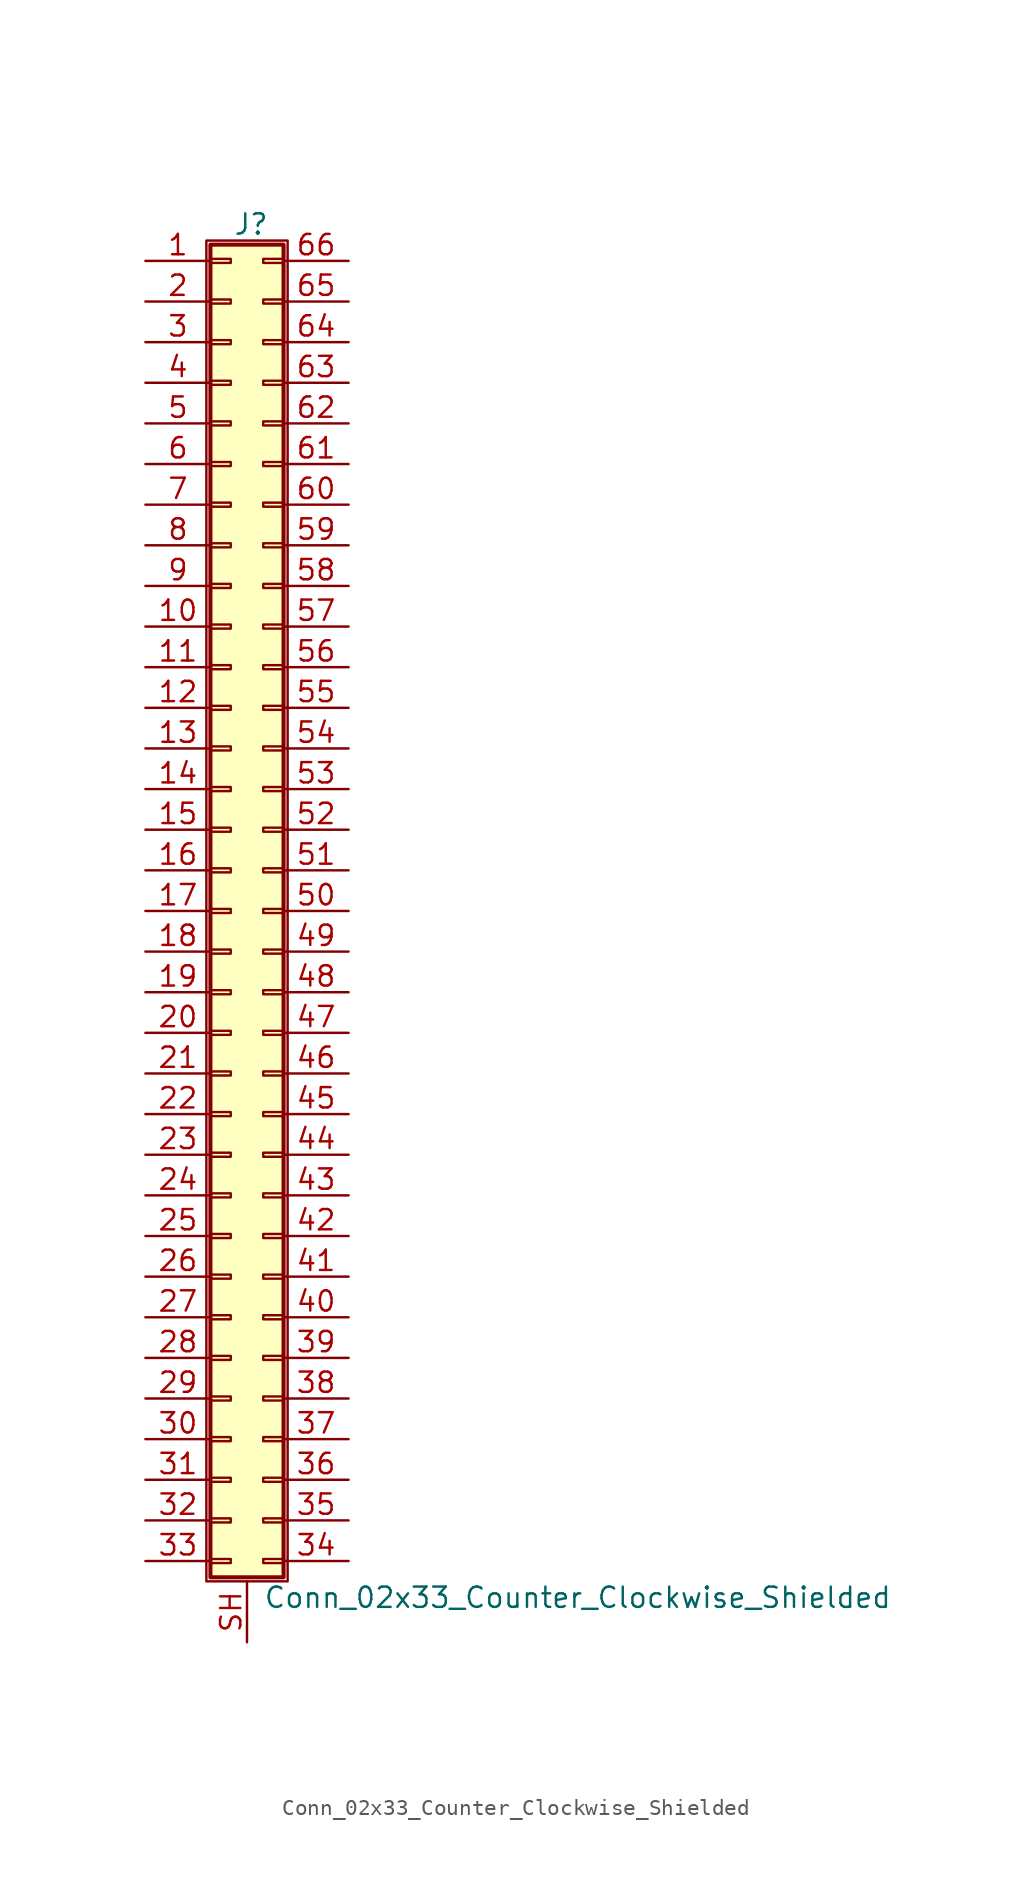
<source format=kicad_sym>
(kicad_symbol_lib
  (version 20201005)
  (generator kicad_symbol_editor)
  (symbol "Conn_02x33_Counter_Clockwise_Shielded"
    (pin_names
      (offset 1.016) hide)
    (property "Reference" "J"
      (at 1.524 42.926 0)
      (effects (font (size 1.27 1.27))))
    (property "Value" "Conn_02x33_Counter_Clockwise_Shielded"
      (at 2.286 -42.926 0)
      (effects (font (size 1.27 1.27)) (justify left)))
    (symbol "Conn_02x33_Counter_Clockwise_Shielded_1_1"
      (rectangle (start -1.27 41.91) (end 3.81 -41.91) (stroke (width 0.152)) (fill (type none)))
      (rectangle (start -1.016 -40.513) (end 0.254 -40.767) (stroke (width 0.152)) (fill (type none)))
      (rectangle (start -1.016 -37.973) (end 0.254 -38.227) (stroke (width 0.152)) (fill (type none)))
      (rectangle (start -1.016 -35.433) (end 0.254 -35.687) (stroke (width 0.152)) (fill (type none)))
      (rectangle (start -1.016 -32.893) (end 0.254 -33.147) (stroke (width 0.152)) (fill (type none)))
      (rectangle (start -1.016 -30.353) (end 0.254 -30.607) (stroke (width 0.152)) (fill (type none)))
      (rectangle (start -1.016 -27.813) (end 0.254 -28.067) (stroke (width 0.152)) (fill (type none)))
      (rectangle (start -1.016 -25.273) (end 0.254 -25.527) (stroke (width 0.152)) (fill (type none)))
      (rectangle (start -1.016 -22.733) (end 0.254 -22.987) (stroke (width 0.152)) (fill (type none)))
      (rectangle (start -1.016 -20.193) (end 0.254 -20.447) (stroke (width 0.152)) (fill (type none)))
      (rectangle (start -1.016 -17.653) (end 0.254 -17.907) (stroke (width 0.152)) (fill (type none)))
      (rectangle (start -1.016 -15.113) (end 0.254 -15.367) (stroke (width 0.152)) (fill (type none)))
      (rectangle (start -1.016 -12.573) (end 0.254 -12.827) (stroke (width 0.152)) (fill (type none)))
      (rectangle (start -1.016 -10.033) (end 0.254 -10.287) (stroke (width 0.152)) (fill (type none)))
      (rectangle (start -1.016 -7.493) (end 0.254 -7.747) (stroke (width 0.152)) (fill (type none)))
      (rectangle (start -1.016 -4.953) (end 0.254 -5.207) (stroke (width 0.152)) (fill (type none)))
      (rectangle (start -1.016 -2.413) (end 0.254 -2.667) (stroke (width 0.152)) (fill (type none)))
      (rectangle (start -1.016 0.127) (end 0.254 -0.127) (stroke (width 0.152)) (fill (type none)))
      (rectangle (start -1.016 2.667) (end 0.254 2.413) (stroke (width 0.152)) (fill (type none)))
      (rectangle (start -1.016 5.207) (end 0.254 4.953) (stroke (width 0.152)) (fill (type none)))
      (rectangle (start -1.016 7.747) (end 0.254 7.493) (stroke (width 0.152)) (fill (type none)))
      (rectangle (start -1.016 10.287) (end 0.254 10.033) (stroke (width 0.152)) (fill (type none)))
      (rectangle (start -1.016 12.827) (end 0.254 12.573) (stroke (width 0.152)) (fill (type none)))
      (rectangle (start -1.016 15.367) (end 0.254 15.113) (stroke (width 0.152)) (fill (type none)))
      (rectangle (start -1.016 17.907) (end 0.254 17.653) (stroke (width 0.152)) (fill (type none)))
      (rectangle (start -1.016 20.447) (end 0.254 20.193) (stroke (width 0.152)) (fill (type none)))
      (rectangle (start -1.016 22.987) (end 0.254 22.733) (stroke (width 0.152)) (fill (type none)))
      (rectangle (start -1.016 25.527) (end 0.254 25.273) (stroke (width 0.152)) (fill (type none)))
      (rectangle (start -1.016 28.067) (end 0.254 27.813) (stroke (width 0.152)) (fill (type none)))
      (rectangle (start -1.016 30.607) (end 0.254 30.353) (stroke (width 0.152)) (fill (type none)))
      (rectangle (start -1.016 33.147) (end 0.254 32.893) (stroke (width 0.152)) (fill (type none)))
      (rectangle (start -1.016 35.687) (end 0.254 35.433) (stroke (width 0.152)) (fill (type none)))
      (rectangle (start -1.016 38.227) (end 0.254 37.973) (stroke (width 0.152)) (fill (type none)))
      (rectangle (start -1.016 40.767) (end 0.254 40.513) (stroke (width 0.152)) (fill (type none)))
      (rectangle (start -1.016 41.656) (end 3.556 -41.656) (stroke (width 0.254)) (fill (type background)))
      (rectangle (start 3.556 -40.513) (end 2.286 -40.767) (stroke (width 0.152)) (fill (type none)))
      (rectangle (start 3.556 -37.973) (end 2.286 -38.227) (stroke (width 0.152)) (fill (type none)))
      (rectangle (start 3.556 -35.433) (end 2.286 -35.687) (stroke (width 0.152)) (fill (type none)))
      (rectangle (start 3.556 -32.893) (end 2.286 -33.147) (stroke (width 0.152)) (fill (type none)))
      (rectangle (start 3.556 -30.353) (end 2.286 -30.607) (stroke (width 0.152)) (fill (type none)))
      (rectangle (start 3.556 -27.813) (end 2.286 -28.067) (stroke (width 0.152)) (fill (type none)))
      (rectangle (start 3.556 -25.273) (end 2.286 -25.527) (stroke (width 0.152)) (fill (type none)))
      (rectangle (start 3.556 -22.733) (end 2.286 -22.987) (stroke (width 0.152)) (fill (type none)))
      (rectangle (start 3.556 -20.193) (end 2.286 -20.447) (stroke (width 0.152)) (fill (type none)))
      (rectangle (start 3.556 -17.653) (end 2.286 -17.907) (stroke (width 0.152)) (fill (type none)))
      (rectangle (start 3.556 -15.113) (end 2.286 -15.367) (stroke (width 0.152)) (fill (type none)))
      (rectangle (start 3.556 -12.573) (end 2.286 -12.827) (stroke (width 0.152)) (fill (type none)))
      (rectangle (start 3.556 -10.033) (end 2.286 -10.287) (stroke (width 0.152)) (fill (type none)))
      (rectangle (start 3.556 -7.493) (end 2.286 -7.747) (stroke (width 0.152)) (fill (type none)))
      (rectangle (start 3.556 -4.953) (end 2.286 -5.207) (stroke (width 0.152)) (fill (type none)))
      (rectangle (start 3.556 -2.413) (end 2.286 -2.667) (stroke (width 0.152)) (fill (type none)))
      (rectangle (start 3.556 0.127) (end 2.286 -0.127) (stroke (width 0.152)) (fill (type none)))
      (rectangle (start 3.556 2.667) (end 2.286 2.413) (stroke (width 0.152)) (fill (type none)))
      (rectangle (start 3.556 5.207) (end 2.286 4.953) (stroke (width 0.152)) (fill (type none)))
      (rectangle (start 3.556 7.747) (end 2.286 7.493) (stroke (width 0.152)) (fill (type none)))
      (rectangle (start 3.556 10.287) (end 2.286 10.033) (stroke (width 0.152)) (fill (type none)))
      (rectangle (start 3.556 12.827) (end 2.286 12.573) (stroke (width 0.152)) (fill (type none)))
      (rectangle (start 3.556 15.367) (end 2.286 15.113) (stroke (width 0.152)) (fill (type none)))
      (rectangle (start 3.556 17.907) (end 2.286 17.653) (stroke (width 0.152)) (fill (type none)))
      (rectangle (start 3.556 20.447) (end 2.286 20.193) (stroke (width 0.152)) (fill (type none)))
      (rectangle (start 3.556 22.987) (end 2.286 22.733) (stroke (width 0.152)) (fill (type none)))
      (rectangle (start 3.556 25.527) (end 2.286 25.273) (stroke (width 0.152)) (fill (type none)))
      (rectangle (start 3.556 28.067) (end 2.286 27.813) (stroke (width 0.152)) (fill (type none)))
      (rectangle (start 3.556 30.607) (end 2.286 30.353) (stroke (width 0.152)) (fill (type none)))
      (rectangle (start 3.556 33.147) (end 2.286 32.893) (stroke (width 0.152)) (fill (type none)))
      (rectangle (start 3.556 35.687) (end 2.286 35.433) (stroke (width 0.152)) (fill (type none)))
      (rectangle (start 3.556 38.227) (end 2.286 37.973) (stroke (width 0.152)) (fill (type none)))
      (rectangle (start 3.556 40.767) (end 2.286 40.513) (stroke (width 0.152)) (fill (type none)))
      (pin passive line (at -5.08 40.64 0) (length 4.064) (name "Pin_1" (effects (font (size 1.27 1.27)))) (number "1" (effects (font (size 1.27 1.27)))))
      (pin passive line (at -5.08 17.78 0) (length 4.064) (name "Pin_10" (effects (font (size 1.27 1.27)))) (number "10" (effects (font (size 1.27 1.27)))))
      (pin passive line (at -5.08 15.24 0) (length 4.064) (name "Pin_11" (effects (font (size 1.27 1.27)))) (number "11" (effects (font (size 1.27 1.27)))))
      (pin passive line (at -5.08 12.7 0) (length 4.064) (name "Pin_12" (effects (font (size 1.27 1.27)))) (number "12" (effects (font (size 1.27 1.27)))))
      (pin passive line (at -5.08 10.16 0) (length 4.064) (name "Pin_13" (effects (font (size 1.27 1.27)))) (number "13" (effects (font (size 1.27 1.27)))))
      (pin passive line (at -5.08 7.62 0) (length 4.064) (name "Pin_14" (effects (font (size 1.27 1.27)))) (number "14" (effects (font (size 1.27 1.27)))))
      (pin passive line (at -5.08 5.08 0) (length 4.064) (name "Pin_15" (effects (font (size 1.27 1.27)))) (number "15" (effects (font (size 1.27 1.27)))))
      (pin passive line (at -5.08 2.54 0) (length 4.064) (name "Pin_16" (effects (font (size 1.27 1.27)))) (number "16" (effects (font (size 1.27 1.27)))))
      (pin passive line (at -5.08 0 0) (length 4.064) (name "Pin_17" (effects (font (size 1.27 1.27)))) (number "17" (effects (font (size 1.27 1.27)))))
      (pin passive line (at -5.08 -2.54 0) (length 4.064) (name "Pin_18" (effects (font (size 1.27 1.27)))) (number "18" (effects (font (size 1.27 1.27)))))
      (pin passive line (at -5.08 -5.08 0) (length 4.064) (name "Pin_19" (effects (font (size 1.27 1.27)))) (number "19" (effects (font (size 1.27 1.27)))))
      (pin passive line (at -5.08 38.1 0) (length 4.064) (name "Pin_2" (effects (font (size 1.27 1.27)))) (number "2" (effects (font (size 1.27 1.27)))))
      (pin passive line (at -5.08 -7.62 0) (length 4.064) (name "Pin_20" (effects (font (size 1.27 1.27)))) (number "20" (effects (font (size 1.27 1.27)))))
      (pin passive line (at -5.08 -10.16 0) (length 4.064) (name "Pin_21" (effects (font (size 1.27 1.27)))) (number "21" (effects (font (size 1.27 1.27)))))
      (pin passive line (at -5.08 -12.7 0) (length 4.064) (name "Pin_22" (effects (font (size 1.27 1.27)))) (number "22" (effects (font (size 1.27 1.27)))))
      (pin passive line (at -5.08 -15.24 0) (length 4.064) (name "Pin_23" (effects (font (size 1.27 1.27)))) (number "23" (effects (font (size 1.27 1.27)))))
      (pin passive line (at -5.08 -17.78 0) (length 4.064) (name "Pin_24" (effects (font (size 1.27 1.27)))) (number "24" (effects (font (size 1.27 1.27)))))
      (pin passive line (at -5.08 -20.32 0) (length 4.064) (name "Pin_25" (effects (font (size 1.27 1.27)))) (number "25" (effects (font (size 1.27 1.27)))))
      (pin passive line (at -5.08 -22.86 0) (length 4.064) (name "Pin_26" (effects (font (size 1.27 1.27)))) (number "26" (effects (font (size 1.27 1.27)))))
      (pin passive line (at -5.08 -25.4 0) (length 4.064) (name "Pin_27" (effects (font (size 1.27 1.27)))) (number "27" (effects (font (size 1.27 1.27)))))
      (pin passive line (at -5.08 -27.94 0) (length 4.064) (name "Pin_28" (effects (font (size 1.27 1.27)))) (number "28" (effects (font (size 1.27 1.27)))))
      (pin passive line (at -5.08 -30.48 0) (length 4.064) (name "Pin_29" (effects (font (size 1.27 1.27)))) (number "29" (effects (font (size 1.27 1.27)))))
      (pin passive line (at -5.08 35.56 0) (length 4.064) (name "Pin_3" (effects (font (size 1.27 1.27)))) (number "3" (effects (font (size 1.27 1.27)))))
      (pin passive line (at -5.08 -33.02 0) (length 4.064) (name "Pin_30" (effects (font (size 1.27 1.27)))) (number "30" (effects (font (size 1.27 1.27)))))
      (pin passive line (at -5.08 -35.56 0) (length 4.064) (name "Pin_31" (effects (font (size 1.27 1.27)))) (number "31" (effects (font (size 1.27 1.27)))))
      (pin passive line (at -5.08 -38.1 0) (length 4.064) (name "Pin_32" (effects (font (size 1.27 1.27)))) (number "32" (effects (font (size 1.27 1.27)))))
      (pin passive line (at -5.08 -40.64 0) (length 4.064) (name "Pin_33" (effects (font (size 1.27 1.27)))) (number "33" (effects (font (size 1.27 1.27)))))
      (pin passive line (at 7.62 -40.64 180) (length 4.064) (name "Pin_34" (effects (font (size 1.27 1.27)))) (number "34" (effects (font (size 1.27 1.27)))))
      (pin passive line (at 7.62 -38.1 180) (length 4.064) (name "Pin_35" (effects (font (size 1.27 1.27)))) (number "35" (effects (font (size 1.27 1.27)))))
      (pin passive line (at 7.62 -35.56 180) (length 4.064) (name "Pin_36" (effects (font (size 1.27 1.27)))) (number "36" (effects (font (size 1.27 1.27)))))
      (pin passive line (at 7.62 -33.02 180) (length 4.064) (name "Pin_37" (effects (font (size 1.27 1.27)))) (number "37" (effects (font (size 1.27 1.27)))))
      (pin passive line (at 7.62 -30.48 180) (length 4.064) (name "Pin_38" (effects (font (size 1.27 1.27)))) (number "38" (effects (font (size 1.27 1.27)))))
      (pin passive line (at 7.62 -27.94 180) (length 4.064) (name "Pin_39" (effects (font (size 1.27 1.27)))) (number "39" (effects (font (size 1.27 1.27)))))
      (pin passive line (at -5.08 33.02 0) (length 4.064) (name "Pin_4" (effects (font (size 1.27 1.27)))) (number "4" (effects (font (size 1.27 1.27)))))
      (pin passive line (at 7.62 -25.4 180) (length 4.064) (name "Pin_40" (effects (font (size 1.27 1.27)))) (number "40" (effects (font (size 1.27 1.27)))))
      (pin passive line (at 7.62 -22.86 180) (length 4.064) (name "Pin_41" (effects (font (size 1.27 1.27)))) (number "41" (effects (font (size 1.27 1.27)))))
      (pin passive line (at 7.62 -20.32 180) (length 4.064) (name "Pin_42" (effects (font (size 1.27 1.27)))) (number "42" (effects (font (size 1.27 1.27)))))
      (pin passive line (at 7.62 -17.78 180) (length 4.064) (name "Pin_43" (effects (font (size 1.27 1.27)))) (number "43" (effects (font (size 1.27 1.27)))))
      (pin passive line (at 7.62 -15.24 180) (length 4.064) (name "Pin_44" (effects (font (size 1.27 1.27)))) (number "44" (effects (font (size 1.27 1.27)))))
      (pin passive line (at 7.62 -12.7 180) (length 4.064) (name "Pin_45" (effects (font (size 1.27 1.27)))) (number "45" (effects (font (size 1.27 1.27)))))
      (pin passive line (at 7.62 -10.16 180) (length 4.064) (name "Pin_46" (effects (font (size 1.27 1.27)))) (number "46" (effects (font (size 1.27 1.27)))))
      (pin passive line (at 7.62 -7.62 180) (length 4.064) (name "Pin_47" (effects (font (size 1.27 1.27)))) (number "47" (effects (font (size 1.27 1.27)))))
      (pin passive line (at 7.62 -5.08 180) (length 4.064) (name "Pin_48" (effects (font (size 1.27 1.27)))) (number "48" (effects (font (size 1.27 1.27)))))
      (pin passive line (at 7.62 -2.54 180) (length 4.064) (name "Pin_49" (effects (font (size 1.27 1.27)))) (number "49" (effects (font (size 1.27 1.27)))))
      (pin passive line (at -5.08 30.48 0) (length 4.064) (name "Pin_5" (effects (font (size 1.27 1.27)))) (number "5" (effects (font (size 1.27 1.27)))))
      (pin passive line (at 7.62 0 180) (length 4.064) (name "Pin_50" (effects (font (size 1.27 1.27)))) (number "50" (effects (font (size 1.27 1.27)))))
      (pin passive line (at 7.62 2.54 180) (length 4.064) (name "Pin_51" (effects (font (size 1.27 1.27)))) (number "51" (effects (font (size 1.27 1.27)))))
      (pin passive line (at 7.62 5.08 180) (length 4.064) (name "Pin_52" (effects (font (size 1.27 1.27)))) (number "52" (effects (font (size 1.27 1.27)))))
      (pin passive line (at 7.62 7.62 180) (length 4.064) (name "Pin_53" (effects (font (size 1.27 1.27)))) (number "53" (effects (font (size 1.27 1.27)))))
      (pin passive line (at 7.62 10.16 180) (length 4.064) (name "Pin_54" (effects (font (size 1.27 1.27)))) (number "54" (effects (font (size 1.27 1.27)))))
      (pin passive line (at 7.62 12.7 180) (length 4.064) (name "Pin_55" (effects (font (size 1.27 1.27)))) (number "55" (effects (font (size 1.27 1.27)))))
      (pin passive line (at 7.62 15.24 180) (length 4.064) (name "Pin_56" (effects (font (size 1.27 1.27)))) (number "56" (effects (font (size 1.27 1.27)))))
      (pin passive line (at 7.62 17.78 180) (length 4.064) (name "Pin_57" (effects (font (size 1.27 1.27)))) (number "57" (effects (font (size 1.27 1.27)))))
      (pin passive line (at 7.62 20.32 180) (length 4.064) (name "Pin_58" (effects (font (size 1.27 1.27)))) (number "58" (effects (font (size 1.27 1.27)))))
      (pin passive line (at 7.62 22.86 180) (length 4.064) (name "Pin_59" (effects (font (size 1.27 1.27)))) (number "59" (effects (font (size 1.27 1.27)))))
      (pin passive line (at -5.08 27.94 0) (length 4.064) (name "Pin_6" (effects (font (size 1.27 1.27)))) (number "6" (effects (font (size 1.27 1.27)))))
      (pin passive line (at 7.62 25.4 180) (length 4.064) (name "Pin_60" (effects (font (size 1.27 1.27)))) (number "60" (effects (font (size 1.27 1.27)))))
      (pin passive line (at 7.62 27.94 180) (length 4.064) (name "Pin_61" (effects (font (size 1.27 1.27)))) (number "61" (effects (font (size 1.27 1.27)))))
      (pin passive line (at 7.62 30.48 180) (length 4.064) (name "Pin_62" (effects (font (size 1.27 1.27)))) (number "62" (effects (font (size 1.27 1.27)))))
      (pin passive line (at 7.62 33.02 180) (length 4.064) (name "Pin_63" (effects (font (size 1.27 1.27)))) (number "63" (effects (font (size 1.27 1.27)))))
      (pin passive line (at 7.62 35.56 180) (length 4.064) (name "Pin_64" (effects (font (size 1.27 1.27)))) (number "64" (effects (font (size 1.27 1.27)))))
      (pin passive line (at 7.62 38.1 180) (length 4.064) (name "Pin_65" (effects (font (size 1.27 1.27)))) (number "65" (effects (font (size 1.27 1.27)))))
      (pin passive line (at 7.62 40.64 180) (length 4.064) (name "Pin_66" (effects (font (size 1.27 1.27)))) (number "66" (effects (font (size 1.27 1.27)))))
      (pin passive line (at -5.08 25.4 0) (length 4.064) (name "Pin_7" (effects (font (size 1.27 1.27)))) (number "7" (effects (font (size 1.27 1.27)))))
      (pin passive line (at -5.08 22.86 0) (length 4.064) (name "Pin_8" (effects (font (size 1.27 1.27)))) (number "8" (effects (font (size 1.27 1.27)))))
      (pin passive line (at -5.08 20.32 0) (length 4.064) (name "Pin_9" (effects (font (size 1.27 1.27)))) (number "9" (effects (font (size 1.27 1.27)))))
      (pin passive line (at 1.27 -45.72 90) (length 3.81) (name "Shield" (effects (font (size 1.27 1.27)))) (number "SH" (effects (font (size 1.27 1.27))))))))
</source>
